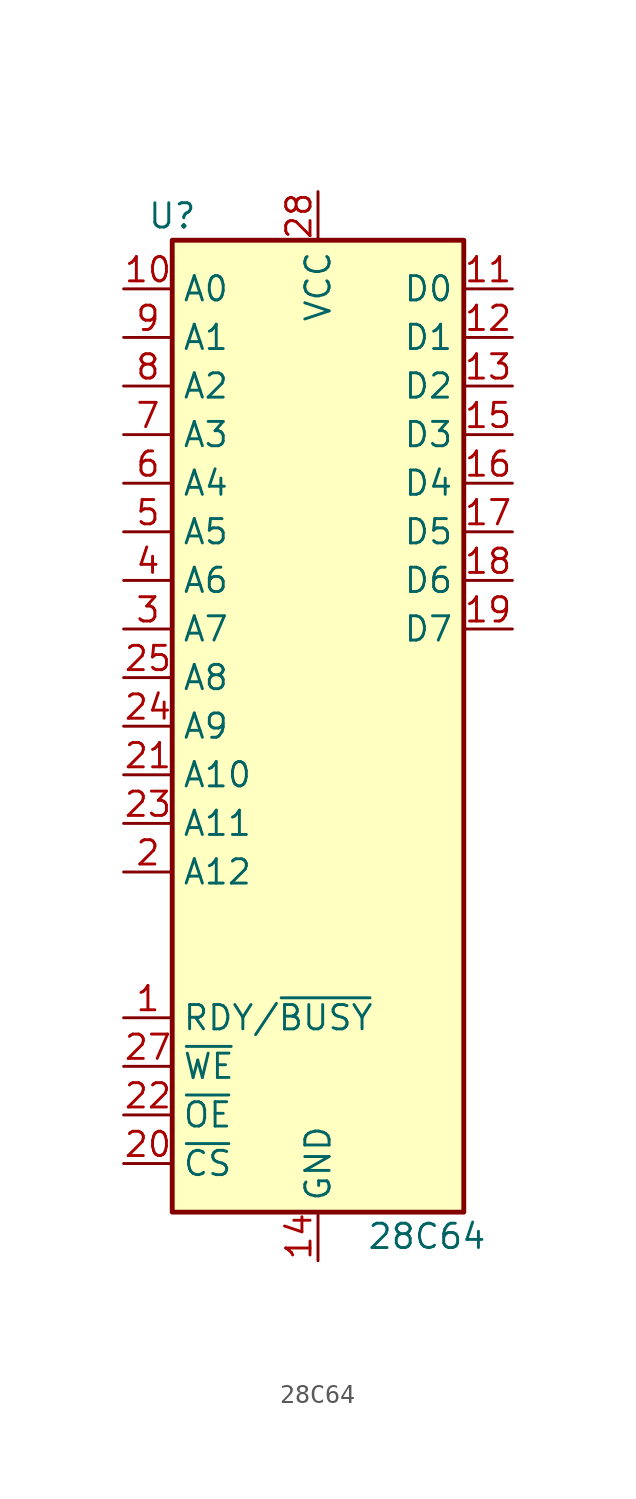
<source format=kicad_sym>
(kicad_symbol_lib
  (version 20220914)
  (generator kicad_symbol_editor)
  (symbol "28C64"
    (property "Reference" "U"
      (at -7.62 26.67 0)
      (effects (font (size 1.27 1.27))))
    (property "Value" "28C64"
      (at 2.54 -26.67 0)
      (effects (font (size 1.27 1.27)) (justify left)))
    (symbol "28C64_1_1"
      (rectangle (start -7.62 25.4) (end 7.62 -25.4) (stroke (width 0.254) (type default)) (fill (type background)))
      (pin output line (at -10.16 -15.24 0) (length 2.54) (name "RDY/~{BUSY}" (effects (font (size 1.27 1.27)))) (number "1" (effects (font (size 1.27 1.27)))))
      (pin input line (at -10.16 22.86 0) (length 2.54) (name "A0" (effects (font (size 1.27 1.27)))) (number "10" (effects (font (size 1.27 1.27)))))
      (pin tri_state line (at 10.16 22.86 180) (length 2.54) (name "D0" (effects (font (size 1.27 1.27)))) (number "11" (effects (font (size 1.27 1.27)))))
      (pin tri_state line (at 10.16 20.32 180) (length 2.54) (name "D1" (effects (font (size 1.27 1.27)))) (number "12" (effects (font (size 1.27 1.27)))))
      (pin tri_state line (at 10.16 17.78 180) (length 2.54) (name "D2" (effects (font (size 1.27 1.27)))) (number "13" (effects (font (size 1.27 1.27)))))
      (pin power_in line (at 0 -27.94 90) (length 2.54) (name "GND" (effects (font (size 1.27 1.27)))) (number "14" (effects (font (size 1.27 1.27)))))
      (pin tri_state line (at 10.16 15.24 180) (length 2.54) (name "D3" (effects (font (size 1.27 1.27)))) (number "15" (effects (font (size 1.27 1.27)))))
      (pin tri_state line (at 10.16 12.7 180) (length 2.54) (name "D4" (effects (font (size 1.27 1.27)))) (number "16" (effects (font (size 1.27 1.27)))))
      (pin tri_state line (at 10.16 10.16 180) (length 2.54) (name "D5" (effects (font (size 1.27 1.27)))) (number "17" (effects (font (size 1.27 1.27)))))
      (pin tri_state line (at 10.16 7.62 180) (length 2.54) (name "D6" (effects (font (size 1.27 1.27)))) (number "18" (effects (font (size 1.27 1.27)))))
      (pin tri_state line (at 10.16 5.08 180) (length 2.54) (name "D7" (effects (font (size 1.27 1.27)))) (number "19" (effects (font (size 1.27 1.27)))))
      (pin input line (at -10.16 -7.62 0) (length 2.54) (name "A12" (effects (font (size 1.27 1.27)))) (number "2" (effects (font (size 1.27 1.27)))))
      (pin input line (at -10.16 -22.86 0) (length 2.54) (name "~{CS}" (effects (font (size 1.27 1.27)))) (number "20" (effects (font (size 1.27 1.27)))))
      (pin input line (at -10.16 -2.54 0) (length 2.54) (name "A10" (effects (font (size 1.27 1.27)))) (number "21" (effects (font (size 1.27 1.27)))))
      (pin input line (at -10.16 -20.32 0) (length 2.54) (name "~{OE}" (effects (font (size 1.27 1.27)))) (number "22" (effects (font (size 1.27 1.27)))))
      (pin input line (at -10.16 -5.08 0) (length 2.54) (name "A11" (effects (font (size 1.27 1.27)))) (number "23" (effects (font (size 1.27 1.27)))))
      (pin input line (at -10.16 0 0) (length 2.54) (name "A9" (effects (font (size 1.27 1.27)))) (number "24" (effects (font (size 1.27 1.27)))))
      (pin input line (at -10.16 2.54 0) (length 2.54) (name "A8" (effects (font (size 1.27 1.27)))) (number "25" (effects (font (size 1.27 1.27)))))
      (pin input line (at -10.16 -17.78 0) (length 2.54) (name "~{WE}" (effects (font (size 1.27 1.27)))) (number "27" (effects (font (size 1.27 1.27)))))
      (pin power_in line (at 0 27.94 270) (length 2.54) (name "VCC" (effects (font (size 1.27 1.27)))) (number "28" (effects (font (size 1.27 1.27)))))
      (pin input line (at -10.16 5.08 0) (length 2.54) (name "A7" (effects (font (size 1.27 1.27)))) (number "3" (effects (font (size 1.27 1.27)))))
      (pin input line (at -10.16 7.62 0) (length 2.54) (name "A6" (effects (font (size 1.27 1.27)))) (number "4" (effects (font (size 1.27 1.27)))))
      (pin input line (at -10.16 10.16 0) (length 2.54) (name "A5" (effects (font (size 1.27 1.27)))) (number "5" (effects (font (size 1.27 1.27)))))
      (pin input line (at -10.16 12.7 0) (length 2.54) (name "A4" (effects (font (size 1.27 1.27)))) (number "6" (effects (font (size 1.27 1.27)))))
      (pin input line (at -10.16 15.24 0) (length 2.54) (name "A3" (effects (font (size 1.27 1.27)))) (number "7" (effects (font (size 1.27 1.27)))))
      (pin input line (at -10.16 17.78 0) (length 2.54) (name "A2" (effects (font (size 1.27 1.27)))) (number "8" (effects (font (size 1.27 1.27)))))
      (pin input line (at -10.16 20.32 0) (length 2.54) (name "A1" (effects (font (size 1.27 1.27)))) (number "9" (effects (font (size 1.27 1.27))))))))
</source>
